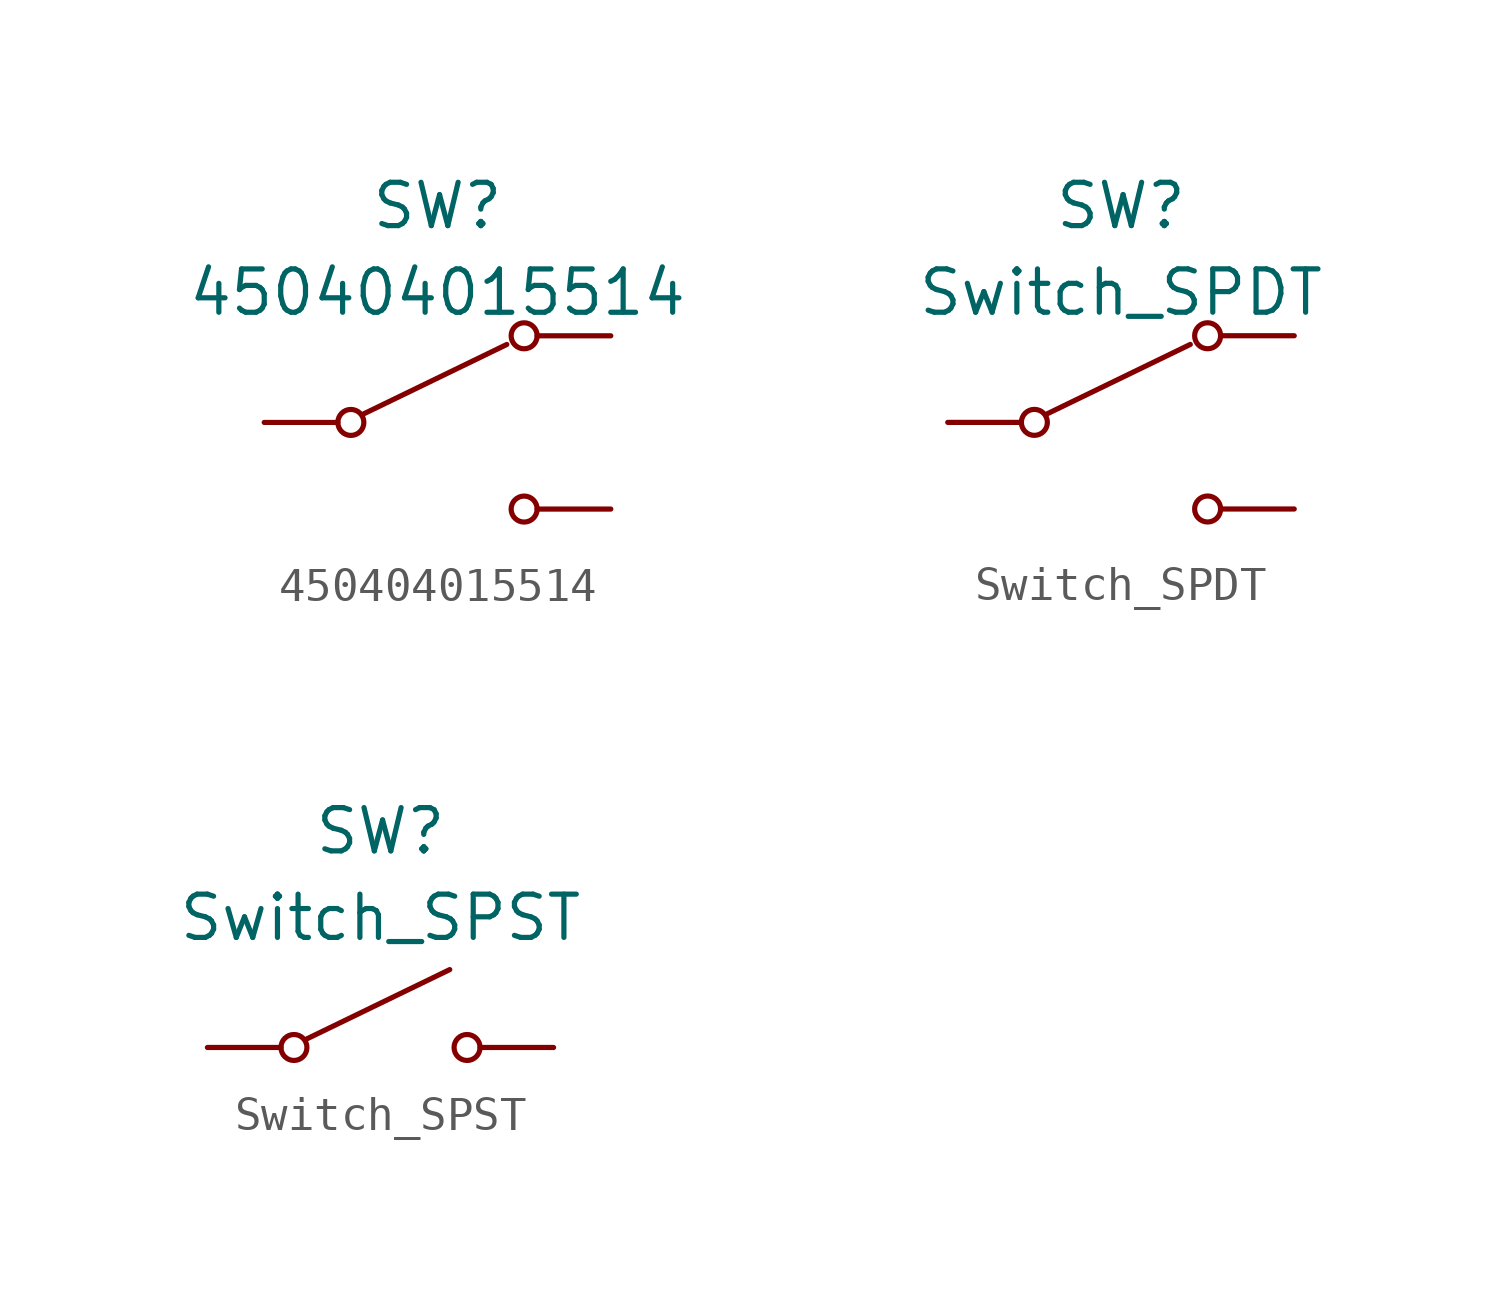
<source format=kicad_sym>
(kicad_symbol_lib
  (version 20220914)
  (generator kicad_symbol_editor)
  (symbol "450404015514"
    (pin_numbers hide)
    (pin_names
      (offset 1.016) hide)
    (property "Reference" "SW"
      (at 0 6.35 0)
      (effects (font (size 1.27 1.27))))
    (property "Value" "450404015514"
      (at 0 3.81 0)
      (effects (font (size 1.27 1.27))))
    (symbol "450404015514_0_1"
      (circle (center -2.54 0) (radius 0.381) (stroke (width 0) (type solid)) (fill (type none)))
      (polyline (pts (xy 2.032 2.286) (xy -2.159 0.254)) (stroke (width 0) (type solid)) (fill (type none)))
      (circle (center 2.54 -2.54) (radius 0.381) (stroke (width 0) (type solid)) (fill (type none)))
      (circle (center 2.54 2.54) (radius 0.381) (stroke (width 0) (type solid)) (fill (type none))))
    (symbol "450404015514_1_1"
      (pin passive line (at 5.08 2.54 180) (length 2.159) (name "1" (effects (font (size 1.27 1.27)))) (number "1" (effects (font (size 1.27 1.27)))))
      (pin passive line (at -5.08 0 0) (length 2.159) (name "2" (effects (font (size 1.27 1.27)))) (number "2" (effects (font (size 1.27 1.27)))))
      (pin passive line (at 5.08 -2.54 180) (length 2.159) (name "3" (effects (font (size 1.27 1.27)))) (number "3" (effects (font (size 1.27 1.27)))))))
  (symbol "Switch_SPDT"
    (pin_numbers hide)
    (pin_names
      (offset 1.016) hide)
    (property "Reference" "SW"
      (at 0 6.35 0)
      (effects (font (size 1.27 1.27))))
    (property "Value" "Switch_SPDT"
      (at 0 3.81 0)
      (effects (font (size 1.27 1.27))))
    (symbol "Switch_SPDT_0_1"
      (circle (center -2.54 0) (radius 0.381) (stroke (width 0) (type solid)) (fill (type none)))
      (polyline (pts (xy 2.032 2.286) (xy -2.159 0.254)) (stroke (width 0) (type solid)) (fill (type none)))
      (circle (center 2.54 -2.54) (radius 0.381) (stroke (width 0) (type solid)) (fill (type none)))
      (circle (center 2.54 2.54) (radius 0.381) (stroke (width 0) (type solid)) (fill (type none))))
    (symbol "Switch_SPDT_1_1"
      (pin passive line (at 5.08 -2.54 180) (length 2.159) (name "2" (effects (font (size 1.27 1.27)))) (number "2" (effects (font (size 1.27 1.27)))))
      (pin passive line (at 5.08 2.54 180) (length 2.159) (name "2" (effects (font (size 1.27 1.27)))) (number "2" (effects (font (size 1.27 1.27)))))
      (pin passive line (at -5.08 0 0) (length 2.159) (name "3" (effects (font (size 1.27 1.27)))) (number "3" (effects (font (size 1.27 1.27)))))))
  (symbol "Switch_SPST"
    (pin_numbers hide)
    (pin_names
      (offset 1.016) hide)
    (property "Reference" "SW"
      (at 0 6.35 0)
      (effects (font (size 1.27 1.27))))
    (property "Value" "Switch_SPST"
      (at 0 3.81 0)
      (effects (font (size 1.27 1.27))))
    (symbol "Switch_SPST_0_1"
      (circle (center -2.54 0) (radius 0.381) (stroke (width 0) (type solid)) (fill (type none)))
      (polyline (pts (xy 2.032 2.286) (xy -2.159 0.254)) (stroke (width 0) (type solid)) (fill (type none)))
      (circle (center 2.54 0) (radius 0.381) (stroke (width 0) (type solid)) (fill (type none))))
    (symbol "Switch_SPST_1_1"
      (pin passive line (at -5.08 0 0) (length 2.159) (name "1" (effects (font (size 1.27 1.27)))) (number "1" (effects (font (size 1.27 1.27)))))
      (pin passive line (at 5.08 0 180) (length 2.159) (name "2" (effects (font (size 1.27 1.27)))) (number "2" (effects (font (size 1.27 1.27))))))))
</source>
